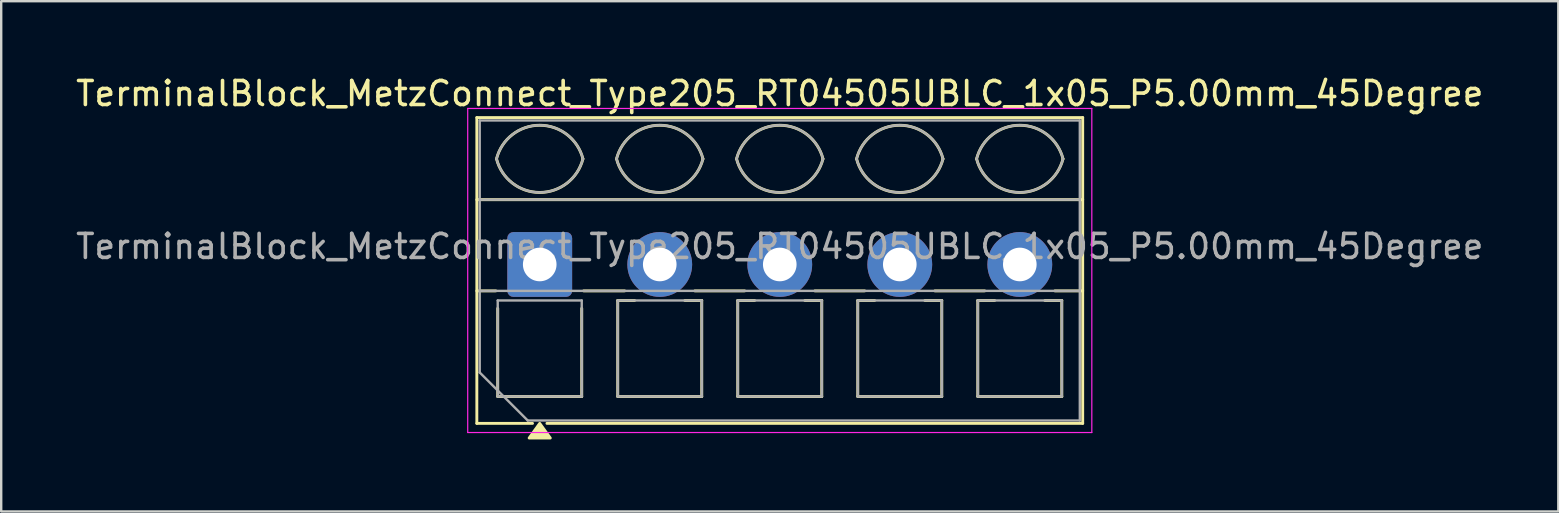
<source format=kicad_pcb>
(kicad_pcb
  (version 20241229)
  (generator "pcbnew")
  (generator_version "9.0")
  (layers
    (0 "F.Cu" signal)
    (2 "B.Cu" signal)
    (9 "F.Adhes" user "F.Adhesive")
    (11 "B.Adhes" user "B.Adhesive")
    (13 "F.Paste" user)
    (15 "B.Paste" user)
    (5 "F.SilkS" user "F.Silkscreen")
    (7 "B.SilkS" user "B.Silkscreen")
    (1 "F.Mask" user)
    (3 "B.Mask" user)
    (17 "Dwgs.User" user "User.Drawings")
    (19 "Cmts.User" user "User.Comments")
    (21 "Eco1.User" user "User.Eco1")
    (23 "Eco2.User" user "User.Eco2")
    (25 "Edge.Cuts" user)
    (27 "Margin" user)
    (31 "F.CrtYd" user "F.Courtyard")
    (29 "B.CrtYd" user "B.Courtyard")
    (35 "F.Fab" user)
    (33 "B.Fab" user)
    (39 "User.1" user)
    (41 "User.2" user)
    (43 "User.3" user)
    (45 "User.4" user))
  (footprint "TerminalBlock_MetzConnect_Type205_RT04505UBLC_1x05_P5.00mm_45Degree"
    (layer "F.Cu")
    (at 19.435 7.968)
    (property "Reference" "TerminalBlock_MetzConnect_Type205_RT04505UBLC_1x05_P5.00mm_45Degree" (at 10 -7.12 0) (layer "F.SilkS") (effects (font (size 1 1) (thickness 0.15))))
    (attr through_hole)
    (fp_line (start -2.62 -6.12) (end -2.62 6.62) (stroke (width 0.12) (type solid)) (layer "F.SilkS"))
    (fp_line (start -2.62 -6.12) (end 22.62 -6.12) (stroke (width 0.12) (type solid)) (layer "F.SilkS"))
    (fp_line (start -2.62 -2.7) (end 22.62 -2.7) (stroke (width 0.12) (type solid)) (layer "F.SilkS"))
    (fp_line (start -2.62 1.1) (end -1.83 1.1) (stroke (width 0.12) (type solid)) (layer "F.SilkS"))
    (fp_line (start -2.62 6.62) (end -0.3 6.62) (stroke (width 0.12) (type solid)) (layer "F.SilkS"))
    (fp_line (start -1.75 1.83) (end -1.75 5.5) (stroke (width 0.12) (type solid)) (layer "F.SilkS"))
    (fp_line (start -1.75 5.5) (end 1.75 5.5) (stroke (width 0.12) (type solid)) (layer "F.SilkS"))
    (fp_line (start 0.3 6.62) (end 22.62 6.62) (stroke (width 0.12) (type solid)) (layer "F.SilkS"))
    (fp_line (start 1.75 1.83) (end 1.75 5.5) (stroke (width 0.12) (type solid)) (layer "F.SilkS"))
    (fp_line (start 1.83 1.1) (end 3.538 1.1) (stroke (width 0.12) (type solid)) (layer "F.SilkS"))
    (fp_line (start 3.25 1.5) (end 3.25 5.5) (stroke (width 0.12) (type solid)) (layer "F.SilkS"))
    (fp_line (start 3.25 1.5) (end 3.952 1.5) (stroke (width 0.12) (type solid)) (layer "F.SilkS"))
    (fp_line (start 3.25 5.5) (end 6.75 5.5) (stroke (width 0.12) (type solid)) (layer "F.SilkS"))
    (fp_line (start 6.048 1.5) (end 6.75 1.5) (stroke (width 0.12) (type solid)) (layer "F.SilkS"))
    (fp_line (start 6.462 1.1) (end 8.538 1.1) (stroke (width 0.12) (type solid)) (layer "F.SilkS"))
    (fp_line (start 6.75 1.5) (end 6.75 5.5) (stroke (width 0.12) (type solid)) (layer "F.SilkS"))
    (fp_line (start 8.25 1.5) (end 8.25 5.5) (stroke (width 0.12) (type solid)) (layer "F.SilkS"))
    (fp_line (start 8.25 1.5) (end 8.952 1.5) (stroke (width 0.12) (type solid)) (layer "F.SilkS"))
    (fp_line (start 8.25 5.5) (end 11.75 5.5) (stroke (width 0.12) (type solid)) (layer "F.SilkS"))
    (fp_line (start 11.048 1.5) (end 11.75 1.5) (stroke (width 0.12) (type solid)) (layer "F.SilkS"))
    (fp_line (start 11.462 1.1) (end 13.538 1.1) (stroke (width 0.12) (type solid)) (layer "F.SilkS"))
    (fp_line (start 11.75 1.5) (end 11.75 5.5) (stroke (width 0.12) (type solid)) (layer "F.SilkS"))
    (fp_line (start 13.25 1.5) (end 13.25 5.5) (stroke (width 0.12) (type solid)) (layer "F.SilkS"))
    (fp_line (start 13.25 1.5) (end 13.952 1.5) (stroke (width 0.12) (type solid)) (layer "F.SilkS"))
    (fp_line (start 13.25 5.5) (end 16.75 5.5) (stroke (width 0.12) (type solid)) (layer "F.SilkS"))
    (fp_line (start 16.048 1.5) (end 16.75 1.5) (stroke (width 0.12) (type solid)) (layer "F.SilkS"))
    (fp_line (start 16.462 1.1) (end 18.538 1.1) (stroke (width 0.12) (type solid)) (layer "F.SilkS"))
    (fp_line (start 16.75 1.5) (end 16.75 5.5) (stroke (width 0.12) (type solid)) (layer "F.SilkS"))
    (fp_line (start 18.25 1.5) (end 18.25 5.5) (stroke (width 0.12) (type solid)) (layer "F.SilkS"))
    (fp_line (start 18.25 1.5) (end 18.952 1.5) (stroke (width 0.12) (type solid)) (layer "F.SilkS"))
    (fp_line (start 18.25 5.5) (end 21.75 5.5) (stroke (width 0.12) (type solid)) (layer "F.SilkS"))
    (fp_line (start 21.048 1.5) (end 21.75 1.5) (stroke (width 0.12) (type solid)) (layer "F.SilkS"))
    (fp_line (start 21.462 1.1) (end 22.62 1.1) (stroke (width 0.12) (type solid)) (layer "F.SilkS"))
    (fp_line (start 21.75 1.5) (end 21.75 5.5) (stroke (width 0.12) (type solid)) (layer "F.SilkS"))
    (fp_line (start 22.62 -6.12) (end 22.62 6.62) (stroke (width 0.12) (type solid)) (layer "F.SilkS"))
    (fp_arc (start -1.799967 -4.400128) (mid 0.000066 -5.800108) (end 1.8 -4.4) (stroke (width 0.12) (type solid)) (layer "F.SilkS"))
    (fp_arc (start 1.8 -4.4) (mid 0.000066 -2.999892) (end -1.799967 -4.399872) (stroke (width 0.12) (type solid)) (layer "F.SilkS"))
    (fp_arc (start 3.200033 -4.400128) (mid 5.000066 -5.800108) (end 6.8 -4.4) (stroke (width 0.12) (type solid)) (layer "F.SilkS"))
    (fp_arc (start 6.8 -4.4) (mid 5.000066 -2.999892) (end 3.200033 -4.399872) (stroke (width 0.12) (type solid)) (layer "F.SilkS"))
    (fp_arc (start 8.200033 -4.400128) (mid 10.000066 -5.800108) (end 11.8 -4.4) (stroke (width 0.12) (type solid)) (layer "F.SilkS"))
    (fp_arc (start 11.8 -4.4) (mid 10.000066 -2.999892) (end 8.200033 -4.399872) (stroke (width 0.12) (type solid)) (layer "F.SilkS"))
    (fp_arc (start 13.200033 -4.400128) (mid 15.000066 -5.800108) (end 16.8 -4.4) (stroke (width 0.12) (type solid)) (layer "F.SilkS"))
    (fp_arc (start 16.8 -4.4) (mid 15.000066 -2.999892) (end 13.200033 -4.399872) (stroke (width 0.12) (type solid)) (layer "F.SilkS"))
    (fp_arc (start 18.200033 -4.400128) (mid 20.000066 -5.800108) (end 21.8 -4.4) (stroke (width 0.12) (type solid)) (layer "F.SilkS"))
    (fp_arc (start 21.8 -4.4) (mid 20.000066 -2.999892) (end 18.200033 -4.399872) (stroke (width 0.12) (type solid)) (layer "F.SilkS"))
    (fp_poly (pts (xy 0 6.62) (xy 0.44 7.23) (xy -0.44 7.23)) (stroke (width 0.12) (type solid)) (fill yes) (layer "F.SilkS"))
    (fp_line (start -3 -6.5) (end -3 7) (stroke (width 0.05) (type solid)) (layer "F.CrtYd"))
    (fp_line (start -3 7) (end 23 7) (stroke (width 0.05) (type solid)) (layer "F.CrtYd"))
    (fp_line (start 23 -6.5) (end -3 -6.5) (stroke (width 0.05) (type solid)) (layer "F.CrtYd"))
    (fp_line (start 23 7) (end 23 -6.5) (stroke (width 0.05) (type solid)) (layer "F.CrtYd"))
    (fp_line (start -2.5 -6) (end 22.5 -6) (stroke (width 0.1) (type solid)) (layer "F.Fab"))
    (fp_line (start -2.5 -2.7) (end 22.5 -2.7) (stroke (width 0.1) (type solid)) (layer "F.Fab"))
    (fp_line (start -2.5 1.1) (end 22.5 1.1) (stroke (width 0.1) (type solid)) (layer "F.Fab"))
    (fp_line (start -2.5 4.5) (end -2.5 -6) (stroke (width 0.1) (type solid)) (layer "F.Fab"))
    (fp_line (start -1.75 1.5) (end -1.75 5.5) (stroke (width 0.1) (type solid)) (layer "F.Fab"))
    (fp_line (start -1.75 5.5) (end 1.75 5.5) (stroke (width 0.1) (type solid)) (layer "F.Fab"))
    (fp_line (start -0.5 6.5) (end -2.5 4.5) (stroke (width 0.1) (type solid)) (layer "F.Fab"))
    (fp_line (start 1.75 1.5) (end -1.75 1.5) (stroke (width 0.1) (type solid)) (layer "F.Fab"))
    (fp_line (start 1.75 5.5) (end 1.75 1.5) (stroke (width 0.1) (type solid)) (layer "F.Fab"))
    (fp_line (start 3.25 1.5) (end 3.25 5.5) (stroke (width 0.1) (type solid)) (layer "F.Fab"))
    (fp_line (start 3.25 5.5) (end 6.75 5.5) (stroke (width 0.1) (type solid)) (layer "F.Fab"))
    (fp_line (start 6.75 1.5) (end 3.25 1.5) (stroke (width 0.1) (type solid)) (layer "F.Fab"))
    (fp_line (start 6.75 5.5) (end 6.75 1.5) (stroke (width 0.1) (type solid)) (layer "F.Fab"))
    (fp_line (start 8.25 1.5) (end 8.25 5.5) (stroke (width 0.1) (type solid)) (layer "F.Fab"))
    (fp_line (start 8.25 5.5) (end 11.75 5.5) (stroke (width 0.1) (type solid)) (layer "F.Fab"))
    (fp_line (start 11.75 1.5) (end 8.25 1.5) (stroke (width 0.1) (type solid)) (layer "F.Fab"))
    (fp_line (start 11.75 5.5) (end 11.75 1.5) (stroke (width 0.1) (type solid)) (layer "F.Fab"))
    (fp_line (start 13.25 1.5) (end 13.25 5.5) (stroke (width 0.1) (type solid)) (layer "F.Fab"))
    (fp_line (start 13.25 5.5) (end 16.75 5.5) (stroke (width 0.1) (type solid)) (layer "F.Fab"))
    (fp_line (start 16.75 1.5) (end 13.25 1.5) (stroke (width 0.1) (type solid)) (layer "F.Fab"))
    (fp_line (start 16.75 5.5) (end 16.75 1.5) (stroke (width 0.1) (type solid)) (layer "F.Fab"))
    (fp_line (start 18.25 1.5) (end 18.25 5.5) (stroke (width 0.1) (type solid)) (layer "F.Fab"))
    (fp_line (start 18.25 5.5) (end 21.75 5.5) (stroke (width 0.1) (type solid)) (layer "F.Fab"))
    (fp_line (start 21.75 1.5) (end 18.25 1.5) (stroke (width 0.1) (type solid)) (layer "F.Fab"))
    (fp_line (start 21.75 5.5) (end 21.75 1.5) (stroke (width 0.1) (type solid)) (layer "F.Fab"))
    (fp_line (start 22.5 -6) (end 22.5 6.5) (stroke (width 0.1) (type solid)) (layer "F.Fab"))
    (fp_line (start 22.5 6.5) (end -0.5 6.5) (stroke (width 0.1) (type solid)) (layer "F.Fab"))
    (fp_arc (start -1.800846 -4.400605) (mid 0.000312 -5.801077) (end 1.801 -4.4) (stroke (width 0.1) (type solid)) (layer "F.Fab"))
    (fp_arc (start 1.8 -4.4) (mid -0.000903 -3.000646) (end -1.800445 -4.401751) (stroke (width 0.1) (type solid)) (layer "F.Fab"))
    (fp_arc (start 3.199154 -4.400605) (mid 5.000312 -5.801077) (end 6.801 -4.4) (stroke (width 0.1) (type solid)) (layer "F.Fab"))
    (fp_arc (start 6.8 -4.4) (mid 4.999097 -3.000646) (end 3.199555 -4.401751) (stroke (width 0.1) (type solid)) (layer "F.Fab"))
    (fp_arc (start 8.199154 -4.400605) (mid 10.000312 -5.801077) (end 11.801 -4.4) (stroke (width 0.1) (type solid)) (layer "F.Fab"))
    (fp_arc (start 11.8 -4.4) (mid 9.999097 -3.000646) (end 8.199555 -4.401751) (stroke (width 0.1) (type solid)) (layer "F.Fab"))
    (fp_arc (start 13.199154 -4.400605) (mid 15.000312 -5.801077) (end 16.801 -4.4) (stroke (width 0.1) (type solid)) (layer "F.Fab"))
    (fp_arc (start 16.8 -4.4) (mid 14.999097 -3.000646) (end 13.199555 -4.401751) (stroke (width 0.1) (type solid)) (layer "F.Fab"))
    (fp_arc (start 18.199154 -4.400605) (mid 20.000312 -5.801077) (end 21.801 -4.4) (stroke (width 0.1) (type solid)) (layer "F.Fab"))
    (fp_arc (start 21.8 -4.4) (mid 19.999097 -3.000646) (end 18.199555 -4.401751) (stroke (width 0.1) (type solid)) (layer "F.Fab"))
    (fp_text user "${REFERENCE}" (at 10 -0.75 0) (layer "F.Fab") (effects (font (size 1 1) (thickness 0.15))))
    (pad "1" thru_hole roundrect (at 0 0) (size 2.7 2.7) (drill 1.4) (layers "*.Cu" "*.Mask") (roundrect_rratio 0.093))
    (pad "2" thru_hole circle (at 5 0) (size 2.7 2.7) (drill 1.4) (layers "*.Cu" "*.Mask"))
    (pad "3" thru_hole circle (at 10 0) (size 2.7 2.7) (drill 1.4) (layers "*.Cu" "*.Mask"))
    (pad "4" thru_hole circle (at 15 0) (size 2.7 2.7) (drill 1.4) (layers "*.Cu" "*.Mask"))
    (pad "5" thru_hole circle (at 20 0) (size 2.7 2.7) (drill 1.4) (layers "*.Cu" "*.Mask")))
  (gr_rect
    (start -3 -3)
    (end 61.869 18.258)
    (stroke (width 0.1) (type default))
    (fill no)
    (layer "Edge.Cuts")))
</source>
